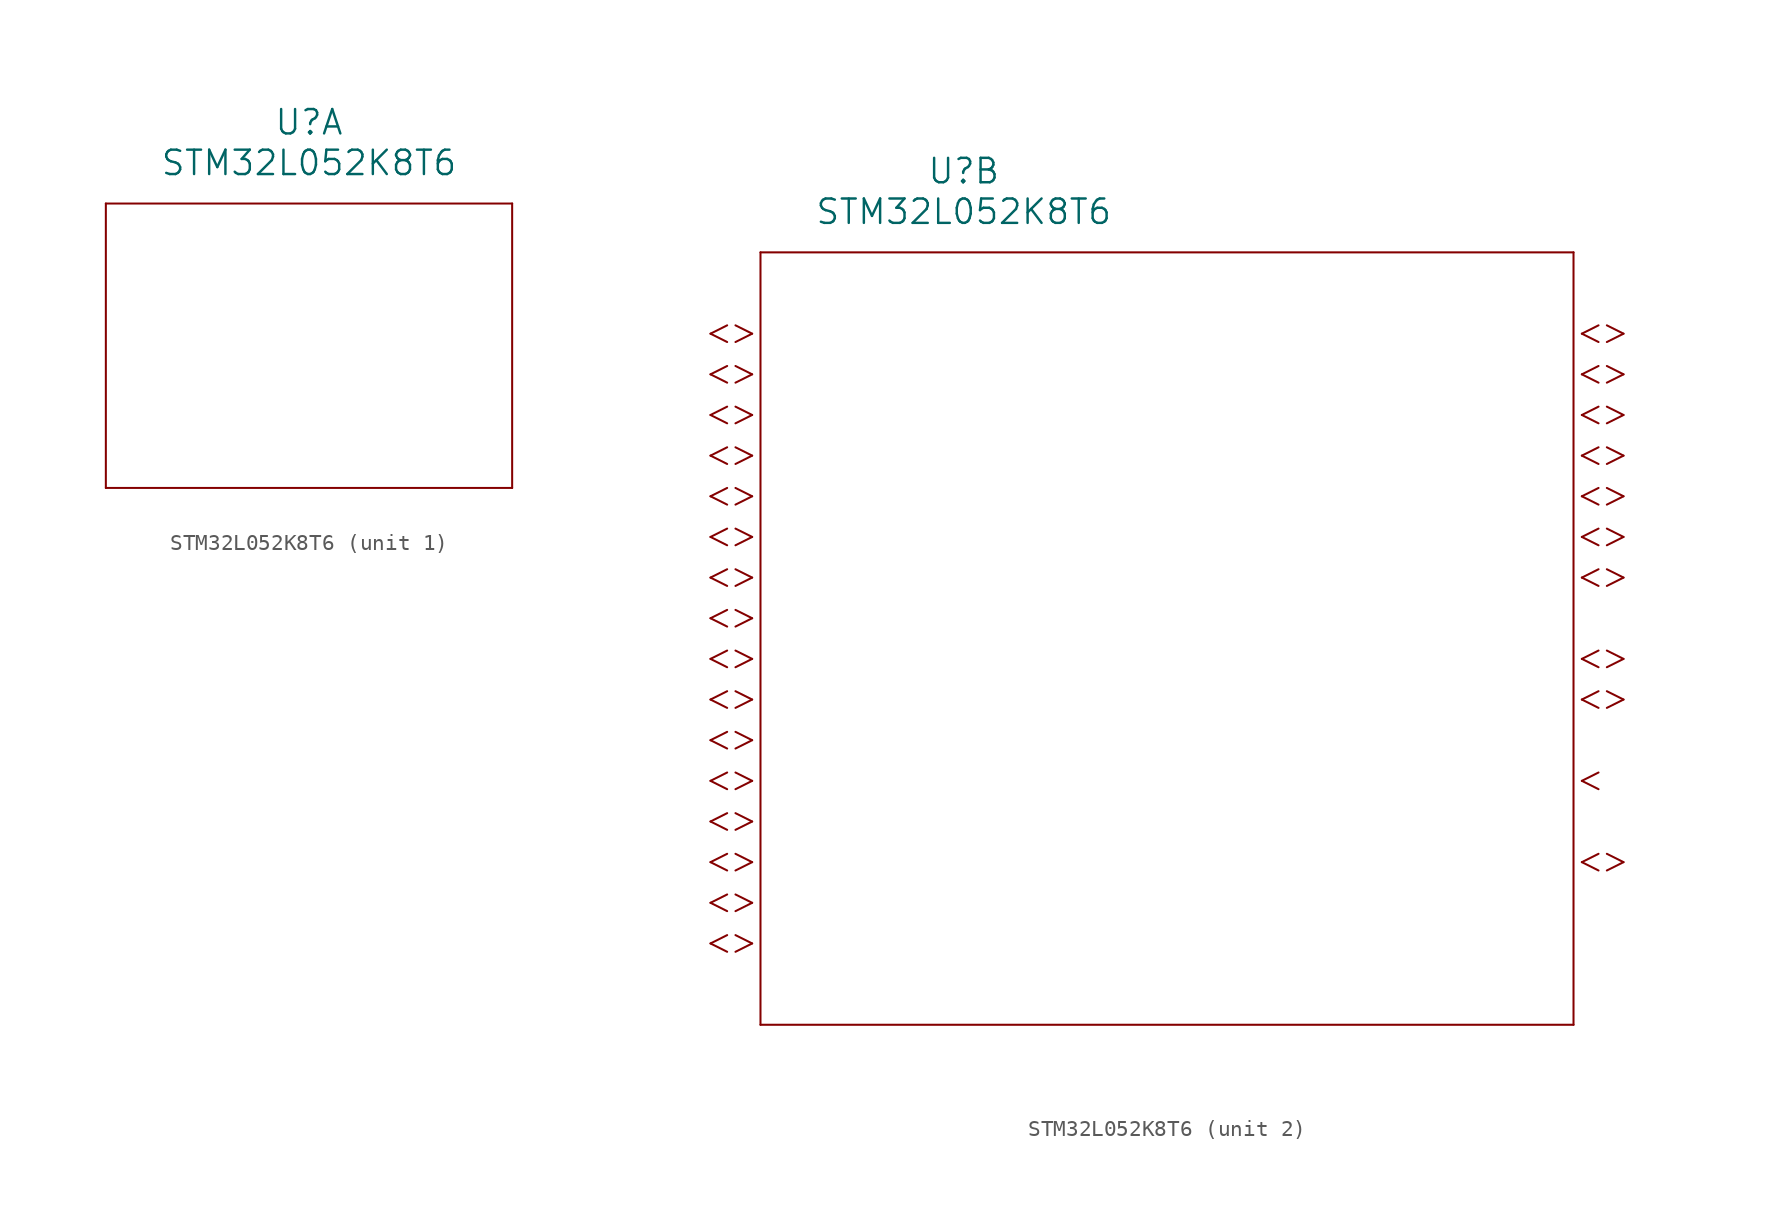
<source format=kicad_sym>
(kicad_symbol_lib
  (version 20211014)
  (generator kicad_symbol_editor)
  (symbol "STM32L052K8T6"
    (pin_names
      (offset 0.254))
    (property "Reference" "U"
      (at 20.32 10.16 0)
      (effects (font (size 1.524 1.524))))
    (property "Value" "STM32L052K8T6"
      (at 20.32 7.62 0)
      (effects (font (size 1.524 1.524))))
    (symbol "STM32L052K8T6_1_1"
      (polyline (pts (xy 7.62 5.08) (xy 7.62 -12.7)) (stroke (width 0.127) (type default) (color 0 0 0 0)) (fill (type none)))
      (polyline (pts (xy 7.62 -12.7) (xy 33.02 -12.7)) (stroke (width 0.127) (type default) (color 0 0 0 0)) (fill (type none)))
      (polyline (pts (xy 33.02 -12.7) (xy 33.02 5.08)) (stroke (width 0.127) (type default) (color 0 0 0 0)) (fill (type none)))
      (polyline (pts (xy 33.02 5.08) (xy 7.62 5.08)) (stroke (width 0.127) (type default) (color 0 0 0 0)) (fill (type none))))
    (symbol "STM32L052K8T6_2_1"
      (polyline (pts (xy 7.099 0) (xy 6.058 0.521)) (stroke (width 0.127) (type default) (color 0 0 0 0)) (fill (type none)))
      (polyline (pts (xy 7.099 0) (xy 6.058 -0.521)) (stroke (width 0.127) (type default) (color 0 0 0 0)) (fill (type none)))
      (polyline (pts (xy 5.537 0.521) (xy 4.496 0)) (stroke (width 0.127) (type default) (color 0 0 0 0)) (fill (type none)))
      (polyline (pts (xy 5.537 -0.521) (xy 4.496 0)) (stroke (width 0.127) (type default) (color 0 0 0 0)) (fill (type none)))
      (polyline (pts (xy 7.099 -2.54) (xy 6.058 -2.019)) (stroke (width 0.127) (type default) (color 0 0 0 0)) (fill (type none)))
      (polyline (pts (xy 7.099 -2.54) (xy 6.058 -3.061)) (stroke (width 0.127) (type default) (color 0 0 0 0)) (fill (type none)))
      (polyline (pts (xy 5.537 -2.019) (xy 4.496 -2.54)) (stroke (width 0.127) (type default) (color 0 0 0 0)) (fill (type none)))
      (polyline (pts (xy 5.537 -3.061) (xy 4.496 -2.54)) (stroke (width 0.127) (type default) (color 0 0 0 0)) (fill (type none)))
      (polyline (pts (xy 7.099 -5.08) (xy 6.058 -4.559)) (stroke (width 0.127) (type default) (color 0 0 0 0)) (fill (type none)))
      (polyline (pts (xy 7.099 -5.08) (xy 6.058 -5.601)) (stroke (width 0.127) (type default) (color 0 0 0 0)) (fill (type none)))
      (polyline (pts (xy 5.537 -4.559) (xy 4.496 -5.08)) (stroke (width 0.127) (type default) (color 0 0 0 0)) (fill (type none)))
      (polyline (pts (xy 5.537 -5.601) (xy 4.496 -5.08)) (stroke (width 0.127) (type default) (color 0 0 0 0)) (fill (type none)))
      (polyline (pts (xy 7.099 -7.62) (xy 6.058 -7.099)) (stroke (width 0.127) (type default) (color 0 0 0 0)) (fill (type none)))
      (polyline (pts (xy 7.099 -7.62) (xy 6.058 -8.141)) (stroke (width 0.127) (type default) (color 0 0 0 0)) (fill (type none)))
      (polyline (pts (xy 5.537 -7.099) (xy 4.496 -7.62)) (stroke (width 0.127) (type default) (color 0 0 0 0)) (fill (type none)))
      (polyline (pts (xy 5.537 -8.141) (xy 4.496 -7.62)) (stroke (width 0.127) (type default) (color 0 0 0 0)) (fill (type none)))
      (polyline (pts (xy 7.099 -10.16) (xy 6.058 -9.639)) (stroke (width 0.127) (type default) (color 0 0 0 0)) (fill (type none)))
      (polyline (pts (xy 7.099 -10.16) (xy 6.058 -10.681)) (stroke (width 0.127) (type default) (color 0 0 0 0)) (fill (type none)))
      (polyline (pts (xy 5.537 -9.639) (xy 4.496 -10.16)) (stroke (width 0.127) (type default) (color 0 0 0 0)) (fill (type none)))
      (polyline (pts (xy 5.537 -10.681) (xy 4.496 -10.16)) (stroke (width 0.127) (type default) (color 0 0 0 0)) (fill (type none)))
      (polyline (pts (xy 7.099 -12.7) (xy 6.058 -12.179)) (stroke (width 0.127) (type default) (color 0 0 0 0)) (fill (type none)))
      (polyline (pts (xy 7.099 -12.7) (xy 6.058 -13.221)) (stroke (width 0.127) (type default) (color 0 0 0 0)) (fill (type none)))
      (polyline (pts (xy 5.537 -12.179) (xy 4.496 -12.7)) (stroke (width 0.127) (type default) (color 0 0 0 0)) (fill (type none)))
      (polyline (pts (xy 5.537 -13.221) (xy 4.496 -12.7)) (stroke (width 0.127) (type default) (color 0 0 0 0)) (fill (type none)))
      (polyline (pts (xy 7.099 -15.24) (xy 6.058 -14.719)) (stroke (width 0.127) (type default) (color 0 0 0 0)) (fill (type none)))
      (polyline (pts (xy 7.099 -15.24) (xy 6.058 -15.761)) (stroke (width 0.127) (type default) (color 0 0 0 0)) (fill (type none)))
      (polyline (pts (xy 5.537 -14.719) (xy 4.496 -15.24)) (stroke (width 0.127) (type default) (color 0 0 0 0)) (fill (type none)))
      (polyline (pts (xy 5.537 -15.761) (xy 4.496 -15.24)) (stroke (width 0.127) (type default) (color 0 0 0 0)) (fill (type none)))
      (polyline (pts (xy 7.099 -17.78) (xy 6.058 -17.259)) (stroke (width 0.127) (type default) (color 0 0 0 0)) (fill (type none)))
      (polyline (pts (xy 7.099 -17.78) (xy 6.058 -18.301)) (stroke (width 0.127) (type default) (color 0 0 0 0)) (fill (type none)))
      (polyline (pts (xy 5.537 -17.259) (xy 4.496 -17.78)) (stroke (width 0.127) (type default) (color 0 0 0 0)) (fill (type none)))
      (polyline (pts (xy 5.537 -18.301) (xy 4.496 -17.78)) (stroke (width 0.127) (type default) (color 0 0 0 0)) (fill (type none)))
      (polyline (pts (xy 7.099 -20.32) (xy 6.058 -19.799)) (stroke (width 0.127) (type default) (color 0 0 0 0)) (fill (type none)))
      (polyline (pts (xy 7.099 -20.32) (xy 6.058 -20.841)) (stroke (width 0.127) (type default) (color 0 0 0 0)) (fill (type none)))
      (polyline (pts (xy 5.537 -19.799) (xy 4.496 -20.32)) (stroke (width 0.127) (type default) (color 0 0 0 0)) (fill (type none)))
      (polyline (pts (xy 5.537 -20.841) (xy 4.496 -20.32)) (stroke (width 0.127) (type default) (color 0 0 0 0)) (fill (type none)))
      (polyline (pts (xy 7.099 -22.86) (xy 6.058 -22.339)) (stroke (width 0.127) (type default) (color 0 0 0 0)) (fill (type none)))
      (polyline (pts (xy 7.099 -22.86) (xy 6.058 -23.381)) (stroke (width 0.127) (type default) (color 0 0 0 0)) (fill (type none)))
      (polyline (pts (xy 5.537 -22.339) (xy 4.496 -22.86)) (stroke (width 0.127) (type default) (color 0 0 0 0)) (fill (type none)))
      (polyline (pts (xy 5.537 -23.381) (xy 4.496 -22.86)) (stroke (width 0.127) (type default) (color 0 0 0 0)) (fill (type none)))
      (polyline (pts (xy 7.099 -25.4) (xy 6.058 -24.879)) (stroke (width 0.127) (type default) (color 0 0 0 0)) (fill (type none)))
      (polyline (pts (xy 7.099 -25.4) (xy 6.058 -25.921)) (stroke (width 0.127) (type default) (color 0 0 0 0)) (fill (type none)))
      (polyline (pts (xy 5.537 -24.879) (xy 4.496 -25.4)) (stroke (width 0.127) (type default) (color 0 0 0 0)) (fill (type none)))
      (polyline (pts (xy 5.537 -25.921) (xy 4.496 -25.4)) (stroke (width 0.127) (type default) (color 0 0 0 0)) (fill (type none)))
      (polyline (pts (xy 7.099 -27.94) (xy 6.058 -27.419)) (stroke (width 0.127) (type default) (color 0 0 0 0)) (fill (type none)))
      (polyline (pts (xy 7.099 -27.94) (xy 6.058 -28.461)) (stroke (width 0.127) (type default) (color 0 0 0 0)) (fill (type none)))
      (polyline (pts (xy 5.537 -27.419) (xy 4.496 -27.94)) (stroke (width 0.127) (type default) (color 0 0 0 0)) (fill (type none)))
      (polyline (pts (xy 5.537 -28.461) (xy 4.496 -27.94)) (stroke (width 0.127) (type default) (color 0 0 0 0)) (fill (type none)))
      (polyline (pts (xy 7.099 -30.48) (xy 6.058 -29.959)) (stroke (width 0.127) (type default) (color 0 0 0 0)) (fill (type none)))
      (polyline (pts (xy 7.099 -30.48) (xy 6.058 -31.001)) (stroke (width 0.127) (type default) (color 0 0 0 0)) (fill (type none)))
      (polyline (pts (xy 5.537 -29.959) (xy 4.496 -30.48)) (stroke (width 0.127) (type default) (color 0 0 0 0)) (fill (type none)))
      (polyline (pts (xy 5.537 -31.001) (xy 4.496 -30.48)) (stroke (width 0.127) (type default) (color 0 0 0 0)) (fill (type none)))
      (polyline (pts (xy 7.099 -33.02) (xy 6.058 -32.499)) (stroke (width 0.127) (type default) (color 0 0 0 0)) (fill (type none)))
      (polyline (pts (xy 7.099 -33.02) (xy 6.058 -33.541)) (stroke (width 0.127) (type default) (color 0 0 0 0)) (fill (type none)))
      (polyline (pts (xy 5.537 -32.499) (xy 4.496 -33.02)) (stroke (width 0.127) (type default) (color 0 0 0 0)) (fill (type none)))
      (polyline (pts (xy 5.537 -33.541) (xy 4.496 -33.02)) (stroke (width 0.127) (type default) (color 0 0 0 0)) (fill (type none)))
      (polyline (pts (xy 7.099 -35.56) (xy 6.058 -35.039)) (stroke (width 0.127) (type default) (color 0 0 0 0)) (fill (type none)))
      (polyline (pts (xy 7.099 -35.56) (xy 6.058 -36.081)) (stroke (width 0.127) (type default) (color 0 0 0 0)) (fill (type none)))
      (polyline (pts (xy 5.537 -35.039) (xy 4.496 -35.56)) (stroke (width 0.127) (type default) (color 0 0 0 0)) (fill (type none)))
      (polyline (pts (xy 5.537 -36.081) (xy 4.496 -35.56)) (stroke (width 0.127) (type default) (color 0 0 0 0)) (fill (type none)))
      (polyline (pts (xy 7.099 -38.1) (xy 6.058 -37.579)) (stroke (width 0.127) (type default) (color 0 0 0 0)) (fill (type none)))
      (polyline (pts (xy 7.099 -38.1) (xy 6.058 -38.621)) (stroke (width 0.127) (type default) (color 0 0 0 0)) (fill (type none)))
      (polyline (pts (xy 5.537 -37.579) (xy 4.496 -38.1)) (stroke (width 0.127) (type default) (color 0 0 0 0)) (fill (type none)))
      (polyline (pts (xy 5.537 -38.621) (xy 4.496 -38.1)) (stroke (width 0.127) (type default) (color 0 0 0 0)) (fill (type none)))
      (polyline (pts (xy 58.941 0) (xy 59.982 0.521)) (stroke (width 0.127) (type default) (color 0 0 0 0)) (fill (type none)))
      (polyline (pts (xy 58.941 0) (xy 59.982 -0.521)) (stroke (width 0.127) (type default) (color 0 0 0 0)) (fill (type none)))
      (polyline (pts (xy 60.503 0.521) (xy 61.544 0)) (stroke (width 0.127) (type default) (color 0 0 0 0)) (fill (type none)))
      (polyline (pts (xy 60.503 -0.521) (xy 61.544 0)) (stroke (width 0.127) (type default) (color 0 0 0 0)) (fill (type none)))
      (polyline (pts (xy 58.941 -2.54) (xy 59.982 -2.019)) (stroke (width 0.127) (type default) (color 0 0 0 0)) (fill (type none)))
      (polyline (pts (xy 58.941 -2.54) (xy 59.982 -3.061)) (stroke (width 0.127) (type default) (color 0 0 0 0)) (fill (type none)))
      (polyline (pts (xy 60.503 -2.019) (xy 61.544 -2.54)) (stroke (width 0.127) (type default) (color 0 0 0 0)) (fill (type none)))
      (polyline (pts (xy 60.503 -3.061) (xy 61.544 -2.54)) (stroke (width 0.127) (type default) (color 0 0 0 0)) (fill (type none)))
      (polyline (pts (xy 58.941 -5.08) (xy 59.982 -4.559)) (stroke (width 0.127) (type default) (color 0 0 0 0)) (fill (type none)))
      (polyline (pts (xy 58.941 -5.08) (xy 59.982 -5.601)) (stroke (width 0.127) (type default) (color 0 0 0 0)) (fill (type none)))
      (polyline (pts (xy 60.503 -4.559) (xy 61.544 -5.08)) (stroke (width 0.127) (type default) (color 0 0 0 0)) (fill (type none)))
      (polyline (pts (xy 60.503 -5.601) (xy 61.544 -5.08)) (stroke (width 0.127) (type default) (color 0 0 0 0)) (fill (type none)))
      (polyline (pts (xy 58.941 -7.62) (xy 59.982 -7.099)) (stroke (width 0.127) (type default) (color 0 0 0 0)) (fill (type none)))
      (polyline (pts (xy 58.941 -7.62) (xy 59.982 -8.141)) (stroke (width 0.127) (type default) (color 0 0 0 0)) (fill (type none)))
      (polyline (pts (xy 60.503 -7.099) (xy 61.544 -7.62)) (stroke (width 0.127) (type default) (color 0 0 0 0)) (fill (type none)))
      (polyline (pts (xy 60.503 -8.141) (xy 61.544 -7.62)) (stroke (width 0.127) (type default) (color 0 0 0 0)) (fill (type none)))
      (polyline (pts (xy 58.941 -10.16) (xy 59.982 -9.639)) (stroke (width 0.127) (type default) (color 0 0 0 0)) (fill (type none)))
      (polyline (pts (xy 58.941 -10.16) (xy 59.982 -10.681)) (stroke (width 0.127) (type default) (color 0 0 0 0)) (fill (type none)))
      (polyline (pts (xy 60.503 -9.639) (xy 61.544 -10.16)) (stroke (width 0.127) (type default) (color 0 0 0 0)) (fill (type none)))
      (polyline (pts (xy 60.503 -10.681) (xy 61.544 -10.16)) (stroke (width 0.127) (type default) (color 0 0 0 0)) (fill (type none)))
      (polyline (pts (xy 58.941 -12.7) (xy 59.982 -12.179)) (stroke (width 0.127) (type default) (color 0 0 0 0)) (fill (type none)))
      (polyline (pts (xy 58.941 -12.7) (xy 59.982 -13.221)) (stroke (width 0.127) (type default) (color 0 0 0 0)) (fill (type none)))
      (polyline (pts (xy 60.503 -12.179) (xy 61.544 -12.7)) (stroke (width 0.127) (type default) (color 0 0 0 0)) (fill (type none)))
      (polyline (pts (xy 60.503 -13.221) (xy 61.544 -12.7)) (stroke (width 0.127) (type default) (color 0 0 0 0)) (fill (type none)))
      (polyline (pts (xy 58.941 -15.24) (xy 59.982 -14.719)) (stroke (width 0.127) (type default) (color 0 0 0 0)) (fill (type none)))
      (polyline (pts (xy 58.941 -15.24) (xy 59.982 -15.761)) (stroke (width 0.127) (type default) (color 0 0 0 0)) (fill (type none)))
      (polyline (pts (xy 60.503 -14.719) (xy 61.544 -15.24)) (stroke (width 0.127) (type default) (color 0 0 0 0)) (fill (type none)))
      (polyline (pts (xy 60.503 -15.761) (xy 61.544 -15.24)) (stroke (width 0.127) (type default) (color 0 0 0 0)) (fill (type none)))
      (polyline (pts (xy 58.941 -20.32) (xy 59.982 -19.799)) (stroke (width 0.127) (type default) (color 0 0 0 0)) (fill (type none)))
      (polyline (pts (xy 58.941 -20.32) (xy 59.982 -20.841)) (stroke (width 0.127) (type default) (color 0 0 0 0)) (fill (type none)))
      (polyline (pts (xy 60.503 -19.799) (xy 61.544 -20.32)) (stroke (width 0.127) (type default) (color 0 0 0 0)) (fill (type none)))
      (polyline (pts (xy 60.503 -20.841) (xy 61.544 -20.32)) (stroke (width 0.127) (type default) (color 0 0 0 0)) (fill (type none)))
      (polyline (pts (xy 58.941 -22.86) (xy 59.982 -22.339)) (stroke (width 0.127) (type default) (color 0 0 0 0)) (fill (type none)))
      (polyline (pts (xy 58.941 -22.86) (xy 59.982 -23.381)) (stroke (width 0.127) (type default) (color 0 0 0 0)) (fill (type none)))
      (polyline (pts (xy 60.503 -22.339) (xy 61.544 -22.86)) (stroke (width 0.127) (type default) (color 0 0 0 0)) (fill (type none)))
      (polyline (pts (xy 60.503 -23.381) (xy 61.544 -22.86)) (stroke (width 0.127) (type default) (color 0 0 0 0)) (fill (type none)))
      (polyline (pts (xy 58.941 -27.94) (xy 59.982 -27.419)) (stroke (width 0.127) (type default) (color 0 0 0 0)) (fill (type none)))
      (polyline (pts (xy 58.941 -27.94) (xy 59.982 -28.461)) (stroke (width 0.127) (type default) (color 0 0 0 0)) (fill (type none)))
      (polyline (pts (xy 58.941 -33.02) (xy 59.982 -32.499)) (stroke (width 0.127) (type default) (color 0 0 0 0)) (fill (type none)))
      (polyline (pts (xy 58.941 -33.02) (xy 59.982 -33.541)) (stroke (width 0.127) (type default) (color 0 0 0 0)) (fill (type none)))
      (polyline (pts (xy 60.503 -32.499) (xy 61.544 -33.02)) (stroke (width 0.127) (type default) (color 0 0 0 0)) (fill (type none)))
      (polyline (pts (xy 60.503 -33.541) (xy 61.544 -33.02)) (stroke (width 0.127) (type default) (color 0 0 0 0)) (fill (type none)))
      (polyline (pts (xy 7.62 5.08) (xy 7.62 -43.18)) (stroke (width 0.127) (type default) (color 0 0 0 0)) (fill (type none)))
      (polyline (pts (xy 7.62 -43.18) (xy 58.42 -43.18)) (stroke (width 0.127) (type default) (color 0 0 0 0)) (fill (type none)))
      (polyline (pts (xy 58.42 -43.18) (xy 58.42 5.08)) (stroke (width 0.127) (type default) (color 0 0 0 0)) (fill (type none)))
      (polyline (pts (xy 58.42 5.08) (xy 7.62 5.08)) (stroke (width 0.127) (type default) (color 0 0 0 0)) (fill (type none))))))
</source>
